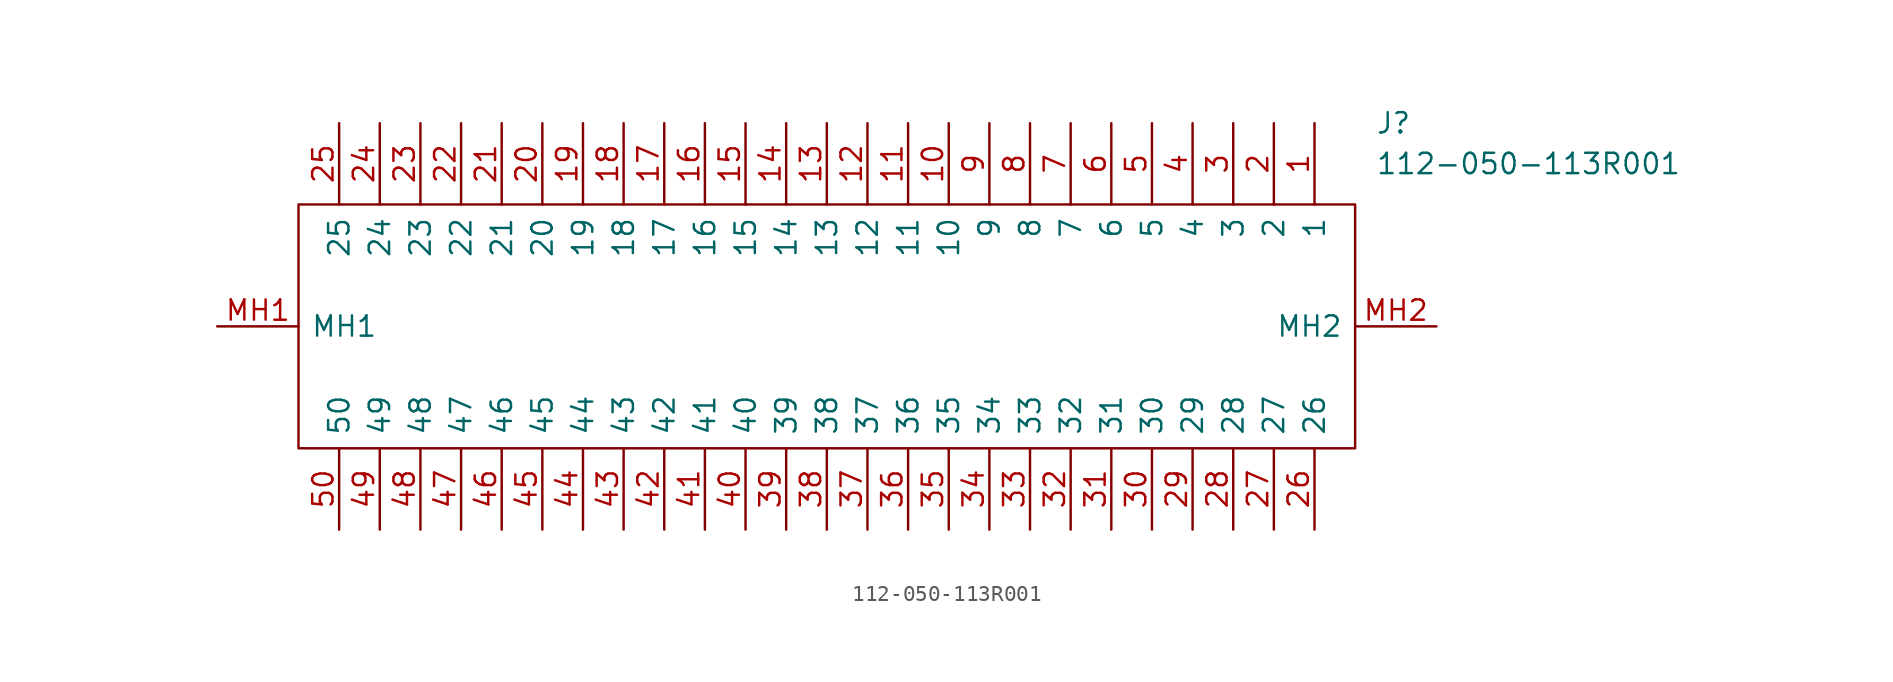
<source format=kicad_sym>
(kicad_symbol_lib
  (version 20220914)
  (generator kicad_symbol_editor)
  (symbol "112-050-113R001"
    (pin_names
      (offset 0.762))
    (property "Reference" "J"
      (at 72.39 12.7 0)
      (effects (font (size 1.27 1.27)) (justify left)))
    (property "Value" "112-050-113R001"
      (at 72.39 10.16 0)
      (effects (font (size 1.27 1.27)) (justify left)))
    (symbol "112-050-113R001_0_0"
      (pin unspecified line (at 68.58 12.7 270) (length 5.08) (name "1" (effects (font (size 1.27 1.27)))) (number "1" (effects (font (size 1.27 1.27)))))
      (pin unspecified line (at 45.72 12.7 270) (length 5.08) (name "10" (effects (font (size 1.27 1.27)))) (number "10" (effects (font (size 1.27 1.27)))))
      (pin unspecified line (at 43.18 12.7 270) (length 5.08) (name "11" (effects (font (size 1.27 1.27)))) (number "11" (effects (font (size 1.27 1.27)))))
      (pin unspecified line (at 40.64 12.7 270) (length 5.08) (name "12" (effects (font (size 1.27 1.27)))) (number "12" (effects (font (size 1.27 1.27)))))
      (pin unspecified line (at 38.1 12.7 270) (length 5.08) (name "13" (effects (font (size 1.27 1.27)))) (number "13" (effects (font (size 1.27 1.27)))))
      (pin unspecified line (at 35.56 12.7 270) (length 5.08) (name "14" (effects (font (size 1.27 1.27)))) (number "14" (effects (font (size 1.27 1.27)))))
      (pin unspecified line (at 33.02 12.7 270) (length 5.08) (name "15" (effects (font (size 1.27 1.27)))) (number "15" (effects (font (size 1.27 1.27)))))
      (pin unspecified line (at 30.48 12.7 270) (length 5.08) (name "16" (effects (font (size 1.27 1.27)))) (number "16" (effects (font (size 1.27 1.27)))))
      (pin unspecified line (at 27.94 12.7 270) (length 5.08) (name "17" (effects (font (size 1.27 1.27)))) (number "17" (effects (font (size 1.27 1.27)))))
      (pin unspecified line (at 25.4 12.7 270) (length 5.08) (name "18" (effects (font (size 1.27 1.27)))) (number "18" (effects (font (size 1.27 1.27)))))
      (pin unspecified line (at 22.86 12.7 270) (length 5.08) (name "19" (effects (font (size 1.27 1.27)))) (number "19" (effects (font (size 1.27 1.27)))))
      (pin unspecified line (at 66.04 12.7 270) (length 5.08) (name "2" (effects (font (size 1.27 1.27)))) (number "2" (effects (font (size 1.27 1.27)))))
      (pin unspecified line (at 20.32 12.7 270) (length 5.08) (name "20" (effects (font (size 1.27 1.27)))) (number "20" (effects (font (size 1.27 1.27)))))
      (pin unspecified line (at 17.78 12.7 270) (length 5.08) (name "21" (effects (font (size 1.27 1.27)))) (number "21" (effects (font (size 1.27 1.27)))))
      (pin unspecified line (at 15.24 12.7 270) (length 5.08) (name "22" (effects (font (size 1.27 1.27)))) (number "22" (effects (font (size 1.27 1.27)))))
      (pin unspecified line (at 12.7 12.7 270) (length 5.08) (name "23" (effects (font (size 1.27 1.27)))) (number "23" (effects (font (size 1.27 1.27)))))
      (pin unspecified line (at 10.16 12.7 270) (length 5.08) (name "24" (effects (font (size 1.27 1.27)))) (number "24" (effects (font (size 1.27 1.27)))))
      (pin unspecified line (at 7.62 12.7 270) (length 5.08) (name "25" (effects (font (size 1.27 1.27)))) (number "25" (effects (font (size 1.27 1.27)))))
      (pin unspecified line (at 68.58 -12.7 90) (length 5.08) (name "26" (effects (font (size 1.27 1.27)))) (number "26" (effects (font (size 1.27 1.27)))))
      (pin unspecified line (at 66.04 -12.7 90) (length 5.08) (name "27" (effects (font (size 1.27 1.27)))) (number "27" (effects (font (size 1.27 1.27)))))
      (pin unspecified line (at 63.5 -12.7 90) (length 5.08) (name "28" (effects (font (size 1.27 1.27)))) (number "28" (effects (font (size 1.27 1.27)))))
      (pin unspecified line (at 60.96 -12.7 90) (length 5.08) (name "29" (effects (font (size 1.27 1.27)))) (number "29" (effects (font (size 1.27 1.27)))))
      (pin unspecified line (at 63.5 12.7 270) (length 5.08) (name "3" (effects (font (size 1.27 1.27)))) (number "3" (effects (font (size 1.27 1.27)))))
      (pin unspecified line (at 58.42 -12.7 90) (length 5.08) (name "30" (effects (font (size 1.27 1.27)))) (number "30" (effects (font (size 1.27 1.27)))))
      (pin unspecified line (at 55.88 -12.7 90) (length 5.08) (name "31" (effects (font (size 1.27 1.27)))) (number "31" (effects (font (size 1.27 1.27)))))
      (pin unspecified line (at 53.34 -12.7 90) (length 5.08) (name "32" (effects (font (size 1.27 1.27)))) (number "32" (effects (font (size 1.27 1.27)))))
      (pin unspecified line (at 50.8 -12.7 90) (length 5.08) (name "33" (effects (font (size 1.27 1.27)))) (number "33" (effects (font (size 1.27 1.27)))))
      (pin unspecified line (at 48.26 -12.7 90) (length 5.08) (name "34" (effects (font (size 1.27 1.27)))) (number "34" (effects (font (size 1.27 1.27)))))
      (pin unspecified line (at 45.72 -12.7 90) (length 5.08) (name "35" (effects (font (size 1.27 1.27)))) (number "35" (effects (font (size 1.27 1.27)))))
      (pin unspecified line (at 43.18 -12.7 90) (length 5.08) (name "36" (effects (font (size 1.27 1.27)))) (number "36" (effects (font (size 1.27 1.27)))))
      (pin unspecified line (at 40.64 -12.7 90) (length 5.08) (name "37" (effects (font (size 1.27 1.27)))) (number "37" (effects (font (size 1.27 1.27)))))
      (pin unspecified line (at 38.1 -12.7 90) (length 5.08) (name "38" (effects (font (size 1.27 1.27)))) (number "38" (effects (font (size 1.27 1.27)))))
      (pin unspecified line (at 35.56 -12.7 90) (length 5.08) (name "39" (effects (font (size 1.27 1.27)))) (number "39" (effects (font (size 1.27 1.27)))))
      (pin unspecified line (at 60.96 12.7 270) (length 5.08) (name "4" (effects (font (size 1.27 1.27)))) (number "4" (effects (font (size 1.27 1.27)))))
      (pin unspecified line (at 33.02 -12.7 90) (length 5.08) (name "40" (effects (font (size 1.27 1.27)))) (number "40" (effects (font (size 1.27 1.27)))))
      (pin unspecified line (at 30.48 -12.7 90) (length 5.08) (name "41" (effects (font (size 1.27 1.27)))) (number "41" (effects (font (size 1.27 1.27)))))
      (pin unspecified line (at 27.94 -12.7 90) (length 5.08) (name "42" (effects (font (size 1.27 1.27)))) (number "42" (effects (font (size 1.27 1.27)))))
      (pin unspecified line (at 25.4 -12.7 90) (length 5.08) (name "43" (effects (font (size 1.27 1.27)))) (number "43" (effects (font (size 1.27 1.27)))))
      (pin unspecified line (at 22.86 -12.7 90) (length 5.08) (name "44" (effects (font (size 1.27 1.27)))) (number "44" (effects (font (size 1.27 1.27)))))
      (pin unspecified line (at 20.32 -12.7 90) (length 5.08) (name "45" (effects (font (size 1.27 1.27)))) (number "45" (effects (font (size 1.27 1.27)))))
      (pin unspecified line (at 17.78 -12.7 90) (length 5.08) (name "46" (effects (font (size 1.27 1.27)))) (number "46" (effects (font (size 1.27 1.27)))))
      (pin unspecified line (at 15.24 -12.7 90) (length 5.08) (name "47" (effects (font (size 1.27 1.27)))) (number "47" (effects (font (size 1.27 1.27)))))
      (pin unspecified line (at 12.7 -12.7 90) (length 5.08) (name "48" (effects (font (size 1.27 1.27)))) (number "48" (effects (font (size 1.27 1.27)))))
      (pin unspecified line (at 10.16 -12.7 90) (length 5.08) (name "49" (effects (font (size 1.27 1.27)))) (number "49" (effects (font (size 1.27 1.27)))))
      (pin unspecified line (at 58.42 12.7 270) (length 5.08) (name "5" (effects (font (size 1.27 1.27)))) (number "5" (effects (font (size 1.27 1.27)))))
      (pin unspecified line (at 7.62 -12.7 90) (length 5.08) (name "50" (effects (font (size 1.27 1.27)))) (number "50" (effects (font (size 1.27 1.27)))))
      (pin unspecified line (at 55.88 12.7 270) (length 5.08) (name "6" (effects (font (size 1.27 1.27)))) (number "6" (effects (font (size 1.27 1.27)))))
      (pin unspecified line (at 53.34 12.7 270) (length 5.08) (name "7" (effects (font (size 1.27 1.27)))) (number "7" (effects (font (size 1.27 1.27)))))
      (pin unspecified line (at 50.8 12.7 270) (length 5.08) (name "8" (effects (font (size 1.27 1.27)))) (number "8" (effects (font (size 1.27 1.27)))))
      (pin unspecified line (at 48.26 12.7 270) (length 5.08) (name "9" (effects (font (size 1.27 1.27)))) (number "9" (effects (font (size 1.27 1.27)))))
      (pin unspecified line (at 0 0 0) (length 5.08) (name "MH1" (effects (font (size 1.27 1.27)))) (number "MH1" (effects (font (size 1.27 1.27)))))
      (pin unspecified line (at 76.2 0 180) (length 5.08) (name "MH2" (effects (font (size 1.27 1.27)))) (number "MH2" (effects (font (size 1.27 1.27))))))
    (symbol "112-050-113R001_0_1"
      (polyline (pts (xy 5.08 7.62) (xy 71.12 7.62) (xy 71.12 -7.62) (xy 5.08 -7.62) (xy 5.08 7.62)) (stroke (width 0.152) (type solid)) (fill (type none))))))
</source>
